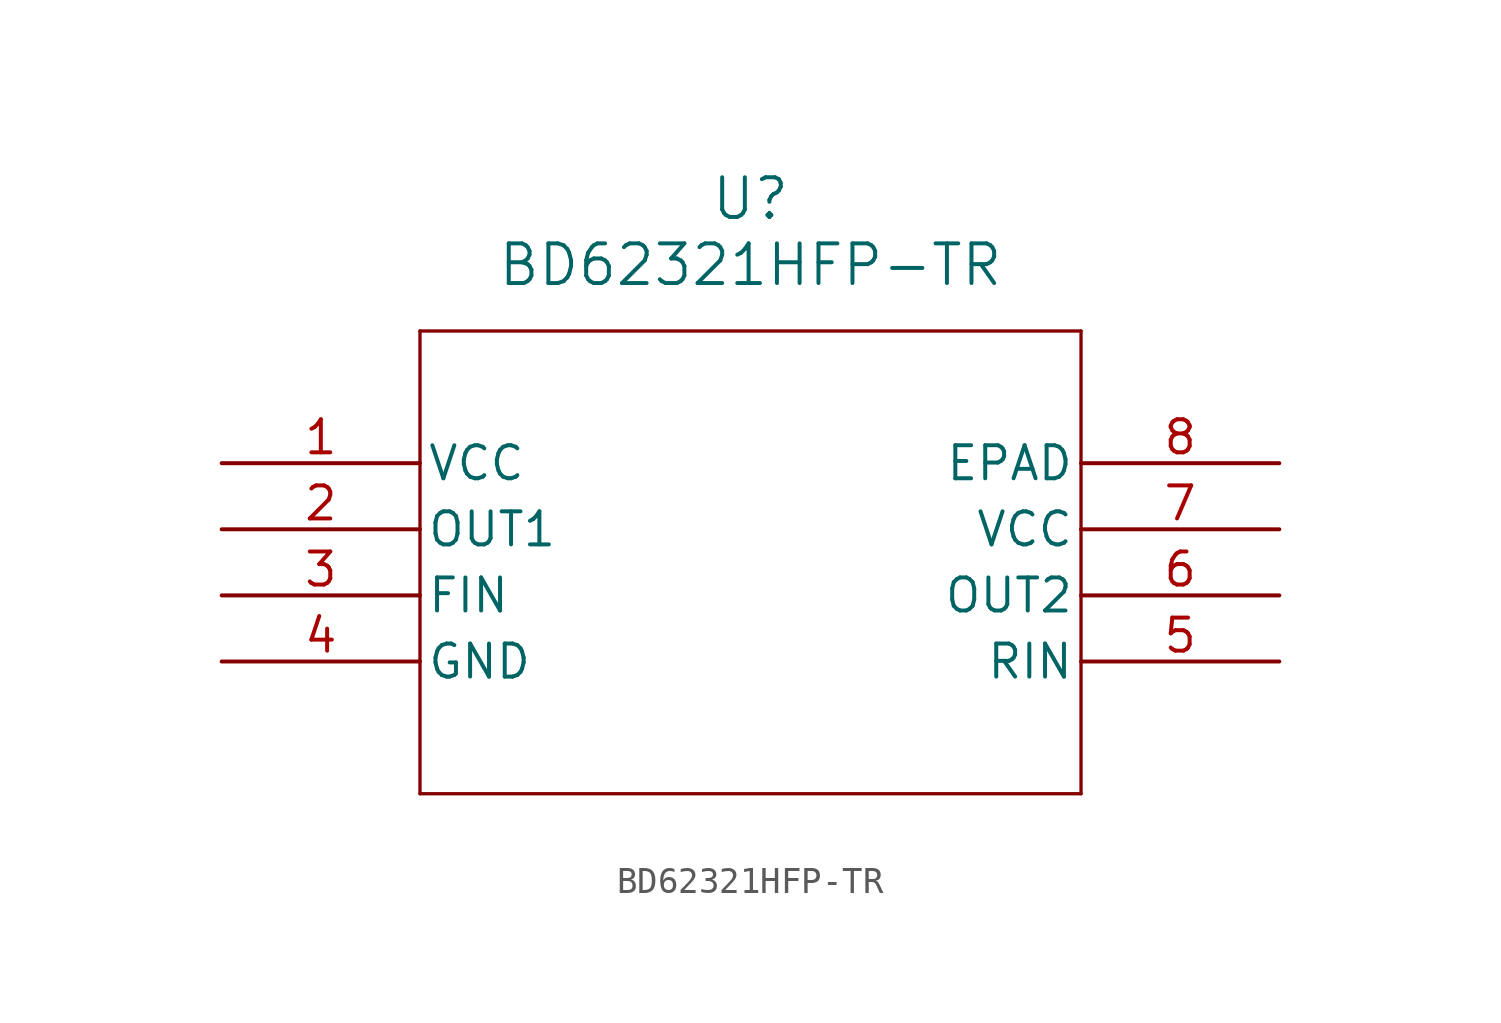
<source format=kicad_sym>
(kicad_symbol_lib
  (version 20211014)
  (generator kicad_symbol_editor)
  (symbol "BD62321HFP-TR"
    (pin_names
      (offset 0.254))
    (property "Reference" "U"
      (at 20.32 10.16 0)
      (effects (font (size 1.524 1.524))))
    (property "Value" "BD62321HFP-TR"
      (at 20.32 7.62 0)
      (effects (font (size 1.524 1.524))))
    (symbol "BD62321HFP-TR_0_1"
      (polyline (pts (xy 7.62 5.08) (xy 7.62 -12.7)) (stroke (width 0.127) (type default) (color 0 0 0 0)) (fill (type none)))
      (polyline (pts (xy 7.62 -12.7) (xy 33.02 -12.7)) (stroke (width 0.127) (type default) (color 0 0 0 0)) (fill (type none)))
      (polyline (pts (xy 33.02 -12.7) (xy 33.02 5.08)) (stroke (width 0.127) (type default) (color 0 0 0 0)) (fill (type none)))
      (polyline (pts (xy 33.02 5.08) (xy 7.62 5.08)) (stroke (width 0.127) (type default) (color 0 0 0 0)) (fill (type none)))
      (pin power_in line (at 0 0 0) (length 7.62) (name "VCC" (effects (font (size 1.27 1.27)))) (number "1" (effects (font (size 1.27 1.27)))))
      (pin output line (at 0 -2.54 0) (length 7.62) (name "OUT1" (effects (font (size 1.27 1.27)))) (number "2" (effects (font (size 1.27 1.27)))))
      (pin unspecified line (at 0 -5.08 0) (length 7.62) (name "FIN" (effects (font (size 1.27 1.27)))) (number "3" (effects (font (size 1.27 1.27)))))
      (pin power_out line (at 0 -7.62 0) (length 7.62) (name "GND" (effects (font (size 1.27 1.27)))) (number "4" (effects (font (size 1.27 1.27)))))
      (pin unspecified line (at 40.64 -7.62 180) (length 7.62) (name "RIN" (effects (font (size 1.27 1.27)))) (number "5" (effects (font (size 1.27 1.27)))))
      (pin output line (at 40.64 -5.08 180) (length 7.62) (name "OUT2" (effects (font (size 1.27 1.27)))) (number "6" (effects (font (size 1.27 1.27)))))
      (pin power_in line (at 40.64 -2.54 180) (length 7.62) (name "VCC" (effects (font (size 1.27 1.27)))) (number "7" (effects (font (size 1.27 1.27)))))
      (pin unspecified line (at 40.64 0 180) (length 7.62) (name "EPAD" (effects (font (size 1.27 1.27)))) (number "8" (effects (font (size 1.27 1.27))))))))
</source>
